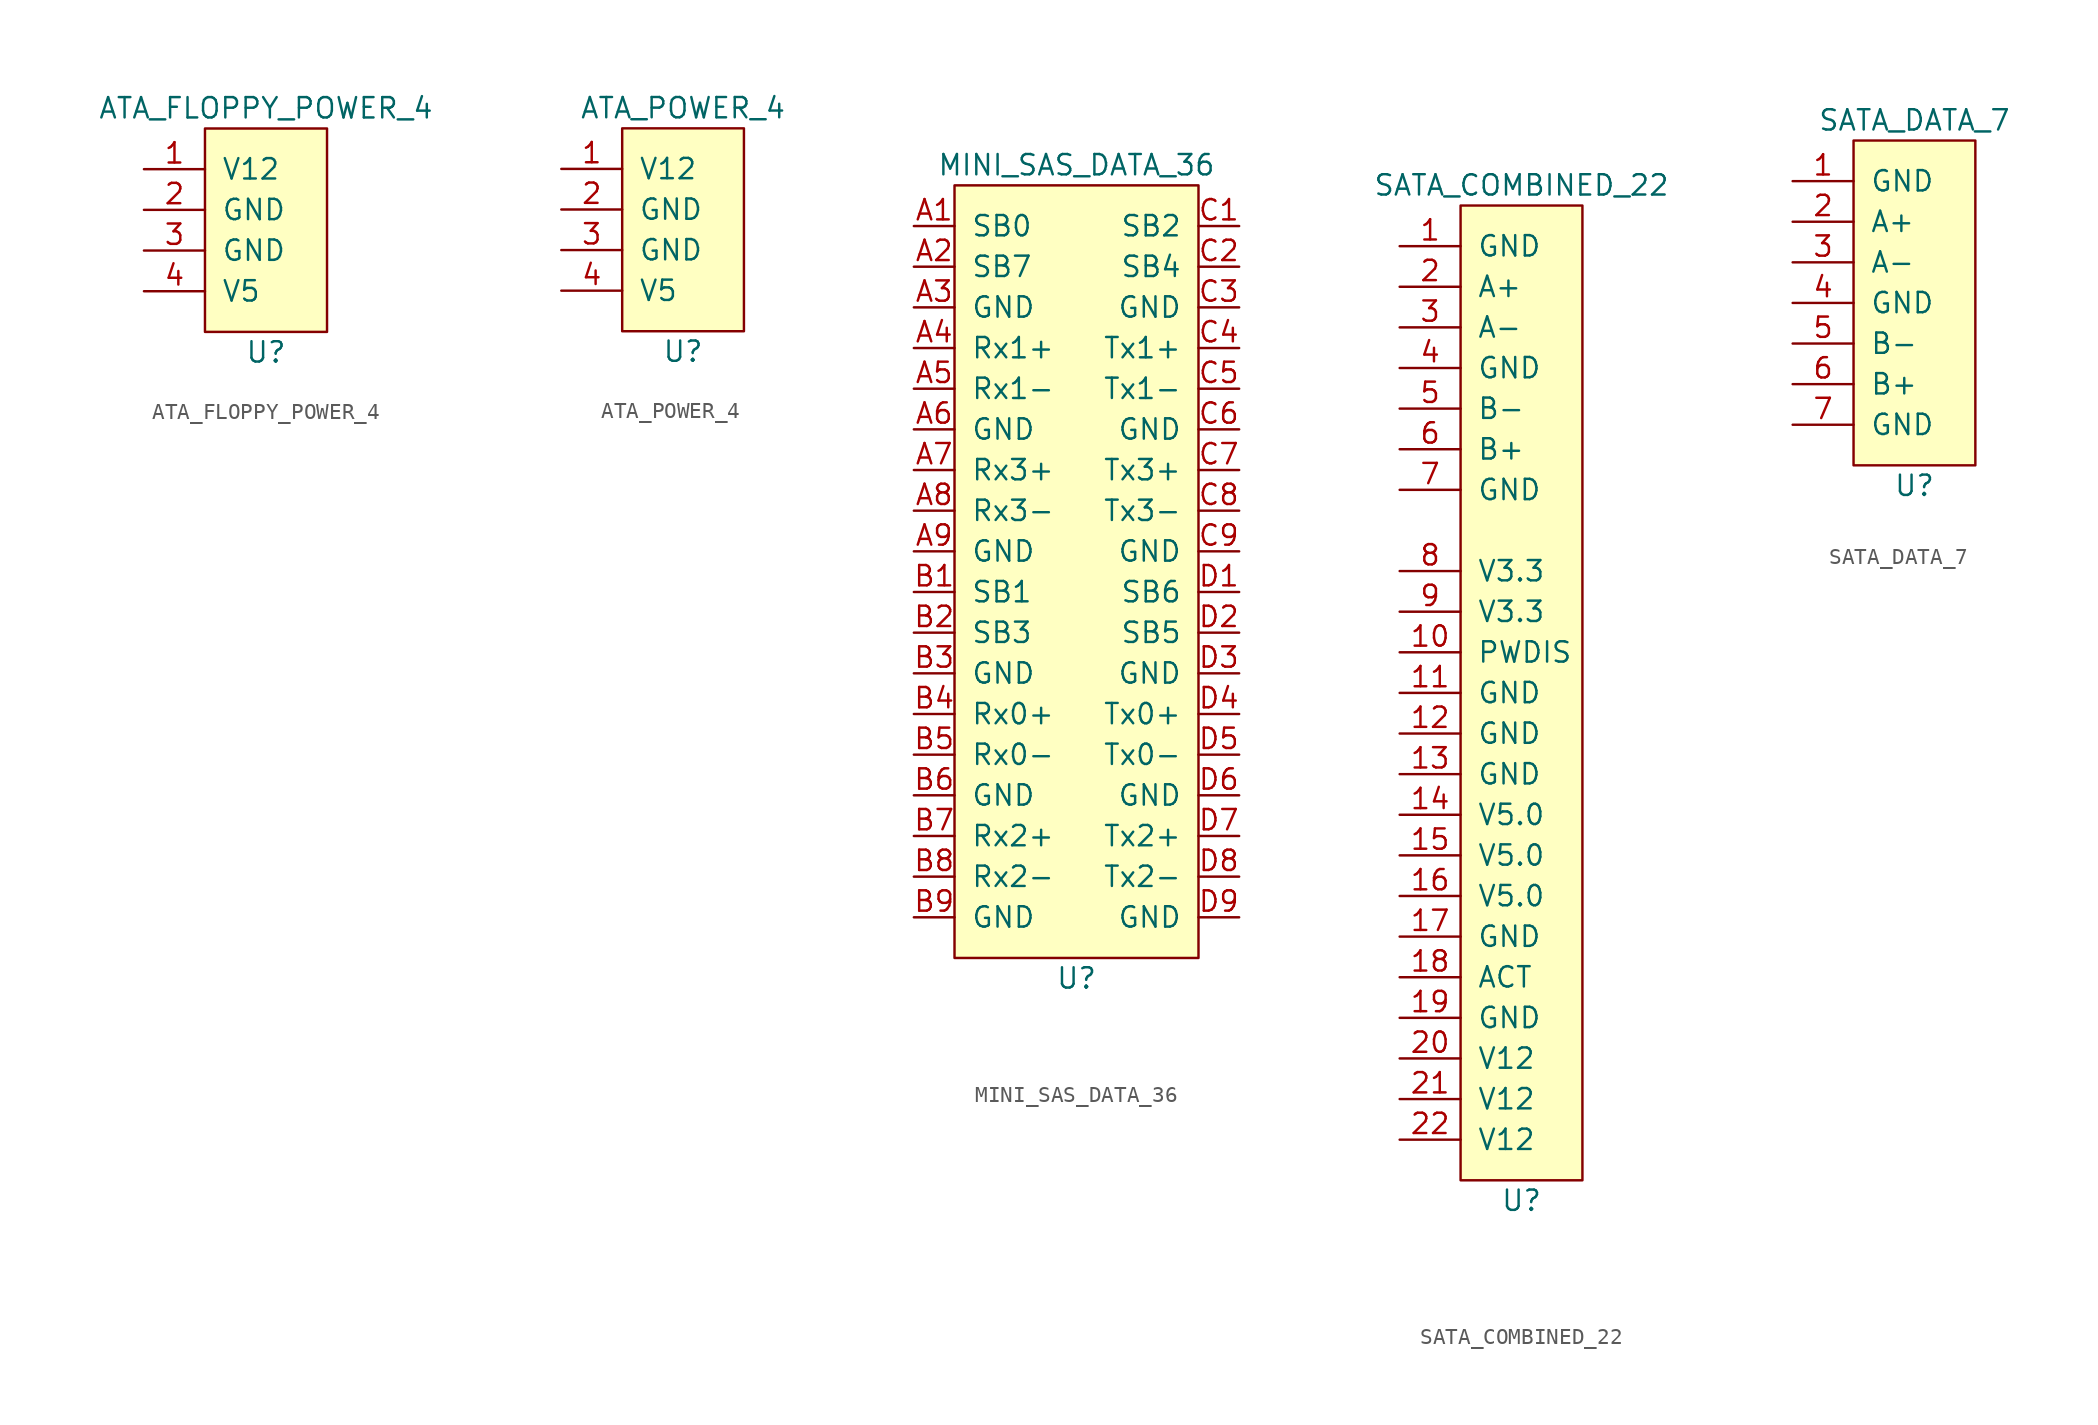
<source format=kicad_sym>
(kicad_symbol_lib
  (version 20211014)
  (generator kicad_symbol_editor)
  (symbol "ATA_FLOPPY_POWER_4"
    (pin_names
      (offset 1.016))
    (property "Reference" "U"
      (at 0 -7.62 0)
      (effects (font (size 1.27 1.27))))
    (property "Value" "ATA_FLOPPY_POWER_4"
      (at 0 7.62 0)
      (effects (font (size 1.27 1.27))))
    (symbol "ATA_FLOPPY_POWER_4_1_1"
      (rectangle (start 3.81 6.35) (end -3.81 -6.35) (stroke (width 0) (type default) (color 0 0 0 0)) (fill (type background)))
      (pin power_out line (at -7.62 3.81 0) (length 3.81) (name "V12" (effects (font (size 1.27 1.27)))) (number "1" (effects (font (size 1.27 1.27)))))
      (pin power_out line (at -7.62 1.27 0) (length 3.81) (name "GND" (effects (font (size 1.27 1.27)))) (number "2" (effects (font (size 1.27 1.27)))))
      (pin power_out line (at -7.62 -1.27 0) (length 3.81) (name "GND" (effects (font (size 1.27 1.27)))) (number "3" (effects (font (size 1.27 1.27)))))
      (pin power_out line (at -7.62 -3.81 0) (length 3.81) (name "V5" (effects (font (size 1.27 1.27)))) (number "4" (effects (font (size 1.27 1.27)))))))
  (symbol "ATA_POWER_4"
    (pin_names
      (offset 1.016))
    (property "Reference" "U"
      (at 0 -7.62 0)
      (effects (font (size 1.27 1.27))))
    (property "Value" "ATA_POWER_4"
      (at 0 7.62 0)
      (effects (font (size 1.27 1.27))))
    (symbol "ATA_POWER_4_1_1"
      (rectangle (start 3.81 6.35) (end -3.81 -6.35) (stroke (width 0) (type default) (color 0 0 0 0)) (fill (type background)))
      (pin power_out line (at -7.62 3.81 0) (length 3.81) (name "V12" (effects (font (size 1.27 1.27)))) (number "1" (effects (font (size 1.27 1.27)))))
      (pin power_out line (at -7.62 1.27 0) (length 3.81) (name "GND" (effects (font (size 1.27 1.27)))) (number "2" (effects (font (size 1.27 1.27)))))
      (pin power_out line (at -7.62 -1.27 0) (length 3.81) (name "GND" (effects (font (size 1.27 1.27)))) (number "3" (effects (font (size 1.27 1.27)))))
      (pin power_out line (at -7.62 -3.81 0) (length 3.81) (name "V5" (effects (font (size 1.27 1.27)))) (number "4" (effects (font (size 1.27 1.27)))))))
  (symbol "MINI_SAS_DATA_36"
    (pin_names
      (offset 1.016))
    (property "Reference" "U"
      (at 0 -25.4 0)
      (effects (font (size 1.27 1.27))))
    (property "Value" "MINI_SAS_DATA_36"
      (at 0 25.4 0)
      (effects (font (size 1.27 1.27))))
    (symbol "MINI_SAS_DATA_36_0_1"
      (rectangle (start -7.62 24.13) (end 7.62 -24.13) (stroke (width 0) (type default) (color 0 0 0 0)) (fill (type background))))
    (symbol "MINI_SAS_DATA_36_1_1"
      (pin unspecified line (at -10.16 21.59 0) (length 2.54) (name "SB0" (effects (font (size 1.27 1.27)))) (number "A1" (effects (font (size 1.27 1.27)))))
      (pin unspecified line (at -10.16 19.05 0) (length 2.54) (name "SB7" (effects (font (size 1.27 1.27)))) (number "A2" (effects (font (size 1.27 1.27)))))
      (pin unspecified line (at -10.16 16.51 0) (length 2.54) (name "GND" (effects (font (size 1.27 1.27)))) (number "A3" (effects (font (size 1.27 1.27)))))
      (pin unspecified line (at -10.16 13.97 0) (length 2.54) (name "Rx1+" (effects (font (size 1.27 1.27)))) (number "A4" (effects (font (size 1.27 1.27)))))
      (pin unspecified line (at -10.16 11.43 0) (length 2.54) (name "Rx1-" (effects (font (size 1.27 1.27)))) (number "A5" (effects (font (size 1.27 1.27)))))
      (pin unspecified line (at -10.16 8.89 0) (length 2.54) (name "GND" (effects (font (size 1.27 1.27)))) (number "A6" (effects (font (size 1.27 1.27)))))
      (pin unspecified line (at -10.16 6.35 0) (length 2.54) (name "Rx3+" (effects (font (size 1.27 1.27)))) (number "A7" (effects (font (size 1.27 1.27)))))
      (pin unspecified line (at -10.16 3.81 0) (length 2.54) (name "Rx3-" (effects (font (size 1.27 1.27)))) (number "A8" (effects (font (size 1.27 1.27)))))
      (pin unspecified line (at -10.16 1.27 0) (length 2.54) (name "GND" (effects (font (size 1.27 1.27)))) (number "A9" (effects (font (size 1.27 1.27)))))
      (pin unspecified line (at -10.16 -1.27 0) (length 2.54) (name "SB1" (effects (font (size 1.27 1.27)))) (number "B1" (effects (font (size 1.27 1.27)))))
      (pin unspecified line (at -10.16 -3.81 0) (length 2.54) (name "SB3" (effects (font (size 1.27 1.27)))) (number "B2" (effects (font (size 1.27 1.27)))))
      (pin unspecified line (at -10.16 -6.35 0) (length 2.54) (name "GND" (effects (font (size 1.27 1.27)))) (number "B3" (effects (font (size 1.27 1.27)))))
      (pin unspecified line (at -10.16 -8.89 0) (length 2.54) (name "Rx0+" (effects (font (size 1.27 1.27)))) (number "B4" (effects (font (size 1.27 1.27)))))
      (pin unspecified line (at -10.16 -11.43 0) (length 2.54) (name "Rx0-" (effects (font (size 1.27 1.27)))) (number "B5" (effects (font (size 1.27 1.27)))))
      (pin unspecified line (at -10.16 -13.97 0) (length 2.54) (name "GND" (effects (font (size 1.27 1.27)))) (number "B6" (effects (font (size 1.27 1.27)))))
      (pin unspecified line (at -10.16 -16.51 0) (length 2.54) (name "Rx2+" (effects (font (size 1.27 1.27)))) (number "B7" (effects (font (size 1.27 1.27)))))
      (pin unspecified line (at -10.16 -19.05 0) (length 2.54) (name "Rx2-" (effects (font (size 1.27 1.27)))) (number "B8" (effects (font (size 1.27 1.27)))))
      (pin unspecified line (at -10.16 -21.59 0) (length 2.54) (name "GND" (effects (font (size 1.27 1.27)))) (number "B9" (effects (font (size 1.27 1.27)))))
      (pin unspecified line (at 10.16 21.59 180) (length 2.54) (name "SB2" (effects (font (size 1.27 1.27)))) (number "C1" (effects (font (size 1.27 1.27)))))
      (pin unspecified line (at 10.16 19.05 180) (length 2.54) (name "SB4" (effects (font (size 1.27 1.27)))) (number "C2" (effects (font (size 1.27 1.27)))))
      (pin unspecified line (at 10.16 16.51 180) (length 2.54) (name "GND" (effects (font (size 1.27 1.27)))) (number "C3" (effects (font (size 1.27 1.27)))))
      (pin unspecified line (at 10.16 13.97 180) (length 2.54) (name "Tx1+" (effects (font (size 1.27 1.27)))) (number "C4" (effects (font (size 1.27 1.27)))))
      (pin unspecified line (at 10.16 11.43 180) (length 2.54) (name "Tx1-" (effects (font (size 1.27 1.27)))) (number "C5" (effects (font (size 1.27 1.27)))))
      (pin unspecified line (at 10.16 8.89 180) (length 2.54) (name "GND" (effects (font (size 1.27 1.27)))) (number "C6" (effects (font (size 1.27 1.27)))))
      (pin unspecified line (at 10.16 6.35 180) (length 2.54) (name "Tx3+" (effects (font (size 1.27 1.27)))) (number "C7" (effects (font (size 1.27 1.27)))))
      (pin unspecified line (at 10.16 3.81 180) (length 2.54) (name "Tx3-" (effects (font (size 1.27 1.27)))) (number "C8" (effects (font (size 1.27 1.27)))))
      (pin unspecified line (at 10.16 1.27 180) (length 2.54) (name "GND" (effects (font (size 1.27 1.27)))) (number "C9" (effects (font (size 1.27 1.27)))))
      (pin unspecified line (at 10.16 -1.27 180) (length 2.54) (name "SB6" (effects (font (size 1.27 1.27)))) (number "D1" (effects (font (size 1.27 1.27)))))
      (pin unspecified line (at 10.16 -3.81 180) (length 2.54) (name "SB5" (effects (font (size 1.27 1.27)))) (number "D2" (effects (font (size 1.27 1.27)))))
      (pin unspecified line (at 10.16 -6.35 180) (length 2.54) (name "GND" (effects (font (size 1.27 1.27)))) (number "D3" (effects (font (size 1.27 1.27)))))
      (pin unspecified line (at 10.16 -8.89 180) (length 2.54) (name "Tx0+" (effects (font (size 1.27 1.27)))) (number "D4" (effects (font (size 1.27 1.27)))))
      (pin unspecified line (at 10.16 -11.43 180) (length 2.54) (name "Tx0-" (effects (font (size 1.27 1.27)))) (number "D5" (effects (font (size 1.27 1.27)))))
      (pin unspecified line (at 10.16 -13.97 180) (length 2.54) (name "GND" (effects (font (size 1.27 1.27)))) (number "D6" (effects (font (size 1.27 1.27)))))
      (pin unspecified line (at 10.16 -16.51 180) (length 2.54) (name "Tx2+" (effects (font (size 1.27 1.27)))) (number "D7" (effects (font (size 1.27 1.27)))))
      (pin unspecified line (at 10.16 -19.05 180) (length 2.54) (name "Tx2-" (effects (font (size 1.27 1.27)))) (number "D8" (effects (font (size 1.27 1.27)))))
      (pin unspecified line (at 10.16 -21.59 180) (length 2.54) (name "GND" (effects (font (size 1.27 1.27)))) (number "D9" (effects (font (size 1.27 1.27)))))))
  (symbol "SATA_COMBINED_22"
    (pin_names
      (offset 1.016))
    (property "Reference" "U"
      (at 0 -31.75 0)
      (effects (font (size 1.27 1.27))))
    (property "Value" "SATA_COMBINED_22"
      (at 0 31.75 0)
      (effects (font (size 1.27 1.27))))
    (symbol "SATA_COMBINED_22_0_1"
      (rectangle (start 3.81 30.48) (end -3.81 -30.48) (stroke (width 0) (type default) (color 0 0 0 0)) (fill (type background))))
    (symbol "SATA_COMBINED_22_1_1"
      (pin power_out line (at -7.62 27.94 0) (length 3.81) (name "GND" (effects (font (size 1.27 1.27)))) (number "1" (effects (font (size 1.27 1.27)))))
      (pin power_out line (at -7.62 2.54 0) (length 3.81) (name "PWDIS" (effects (font (size 1.27 1.27)))) (number "10" (effects (font (size 1.27 1.27)))))
      (pin power_out line (at -7.62 0 0) (length 3.81) (name "GND" (effects (font (size 1.27 1.27)))) (number "11" (effects (font (size 1.27 1.27)))))
      (pin power_out line (at -7.62 -2.54 0) (length 3.81) (name "GND" (effects (font (size 1.27 1.27)))) (number "12" (effects (font (size 1.27 1.27)))))
      (pin power_out line (at -7.62 -5.08 0) (length 3.81) (name "GND" (effects (font (size 1.27 1.27)))) (number "13" (effects (font (size 1.27 1.27)))))
      (pin power_out line (at -7.62 -7.62 0) (length 3.81) (name "V5.0" (effects (font (size 1.27 1.27)))) (number "14" (effects (font (size 1.27 1.27)))))
      (pin power_out line (at -7.62 -10.16 0) (length 3.81) (name "V5.0" (effects (font (size 1.27 1.27)))) (number "15" (effects (font (size 1.27 1.27)))))
      (pin power_out line (at -7.62 -12.7 0) (length 3.81) (name "V5.0" (effects (font (size 1.27 1.27)))) (number "16" (effects (font (size 1.27 1.27)))))
      (pin power_out line (at -7.62 -15.24 0) (length 3.81) (name "GND" (effects (font (size 1.27 1.27)))) (number "17" (effects (font (size 1.27 1.27)))))
      (pin open_collector line (at -7.62 -17.78 0) (length 3.81) (name "ACT" (effects (font (size 1.27 1.27)))) (number "18" (effects (font (size 1.27 1.27)))))
      (pin power_out line (at -7.62 -20.32 0) (length 3.81) (name "GND" (effects (font (size 1.27 1.27)))) (number "19" (effects (font (size 1.27 1.27)))))
      (pin output line (at -7.62 25.4 0) (length 3.81) (name "A+" (effects (font (size 1.27 1.27)))) (number "2" (effects (font (size 1.27 1.27)))))
      (pin power_out line (at -7.62 -22.86 0) (length 3.81) (name "V12" (effects (font (size 1.27 1.27)))) (number "20" (effects (font (size 1.27 1.27)))))
      (pin power_out line (at -7.62 -25.4 0) (length 3.81) (name "V12" (effects (font (size 1.27 1.27)))) (number "21" (effects (font (size 1.27 1.27)))))
      (pin power_out line (at -7.62 -27.94 0) (length 3.81) (name "V12" (effects (font (size 1.27 1.27)))) (number "22" (effects (font (size 1.27 1.27)))))
      (pin output line (at -7.62 22.86 0) (length 3.81) (name "A-" (effects (font (size 1.27 1.27)))) (number "3" (effects (font (size 1.27 1.27)))))
      (pin power_out line (at -7.62 20.32 0) (length 3.81) (name "GND" (effects (font (size 1.27 1.27)))) (number "4" (effects (font (size 1.27 1.27)))))
      (pin input line (at -7.62 17.78 0) (length 3.81) (name "B-" (effects (font (size 1.27 1.27)))) (number "5" (effects (font (size 1.27 1.27)))))
      (pin input line (at -7.62 15.24 0) (length 3.81) (name "B+" (effects (font (size 1.27 1.27)))) (number "6" (effects (font (size 1.27 1.27)))))
      (pin power_out line (at -7.62 12.7 0) (length 3.81) (name "GND" (effects (font (size 1.27 1.27)))) (number "7" (effects (font (size 1.27 1.27)))))
      (pin power_out line (at -7.62 7.62 0) (length 3.81) (name "V3.3" (effects (font (size 1.27 1.27)))) (number "8" (effects (font (size 1.27 1.27)))))
      (pin power_out line (at -7.62 5.08 0) (length 3.81) (name "V3.3" (effects (font (size 1.27 1.27)))) (number "9" (effects (font (size 1.27 1.27)))))))
  (symbol "SATA_DATA_7"
    (pin_names
      (offset 1.016))
    (property "Reference" "U"
      (at 0 -11.43 0)
      (effects (font (size 1.27 1.27))))
    (property "Value" "SATA_DATA_7"
      (at 0 11.43 0)
      (effects (font (size 1.27 1.27))))
    (symbol "SATA_DATA_7_0_1"
      (rectangle (start 3.81 10.16) (end -3.81 -10.16) (stroke (width 0) (type default) (color 0 0 0 0)) (fill (type background))))
    (symbol "SATA_DATA_7_1_1"
      (pin power_out line (at -7.62 7.62 0) (length 3.81) (name "GND" (effects (font (size 1.27 1.27)))) (number "1" (effects (font (size 1.27 1.27)))))
      (pin output line (at -7.62 5.08 0) (length 3.81) (name "A+" (effects (font (size 1.27 1.27)))) (number "2" (effects (font (size 1.27 1.27)))))
      (pin output line (at -7.62 2.54 0) (length 3.81) (name "A-" (effects (font (size 1.27 1.27)))) (number "3" (effects (font (size 1.27 1.27)))))
      (pin power_out line (at -7.62 0 0) (length 3.81) (name "GND" (effects (font (size 1.27 1.27)))) (number "4" (effects (font (size 1.27 1.27)))))
      (pin input line (at -7.62 -2.54 0) (length 3.81) (name "B-" (effects (font (size 1.27 1.27)))) (number "5" (effects (font (size 1.27 1.27)))))
      (pin input line (at -7.62 -5.08 0) (length 3.81) (name "B+" (effects (font (size 1.27 1.27)))) (number "6" (effects (font (size 1.27 1.27)))))
      (pin power_out line (at -7.62 -7.62 0) (length 3.81) (name "GND" (effects (font (size 1.27 1.27)))) (number "7" (effects (font (size 1.27 1.27))))))))
</source>
